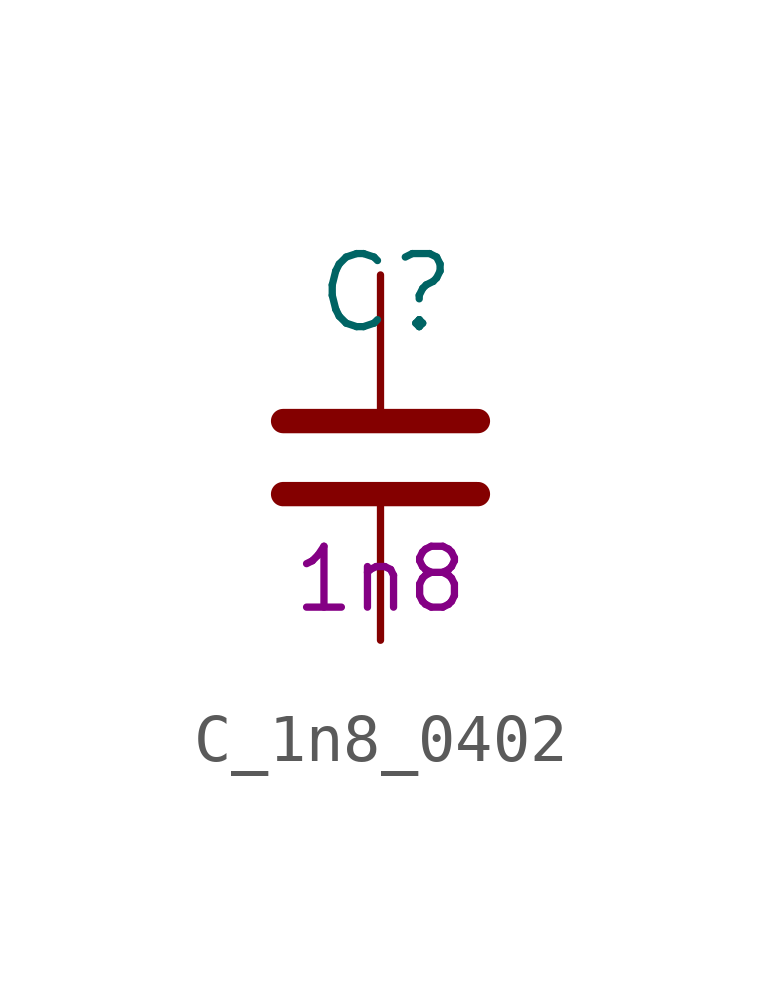
<source format=kicad_sym>
(kicad_symbol_lib
  (version 20211014)
  (generator kicad_symbol_editor)
  (symbol "C_1n8_0402"
    (pin_names
      (offset 0))
    (property "Reference" "C"
      (at -1.397 3.429 0)
      (effects (font (size 1.524 1.524)) (justify left)))
    (property "Val" "1n8"
      (at 0 -2.54 0)
      (effects (font (size 1.27 1.27))))
    (symbol "C_1n8_0402_1_1"
      (polyline (pts (xy -2.032 -0.762) (xy 2.032 -0.762)) (stroke (width 0.508) (type default) (color 0 0 0 0)) (fill (type none)))
      (polyline (pts (xy -2.032 0.762) (xy 2.032 0.762)) (stroke (width 0.508) (type default) (color 0 0 0 0)) (fill (type none)))
      (pin passive line (at 0 3.81 270) (length 2.794) (name "~" (effects (font (size 0 0)))) (number "1" (effects (font (size 0 0)))))
      (pin passive line (at 0 -3.81 90) (length 2.794) (name "~" (effects (font (size 0 0)))) (number "2" (effects (font (size 0 0))))))))
</source>
